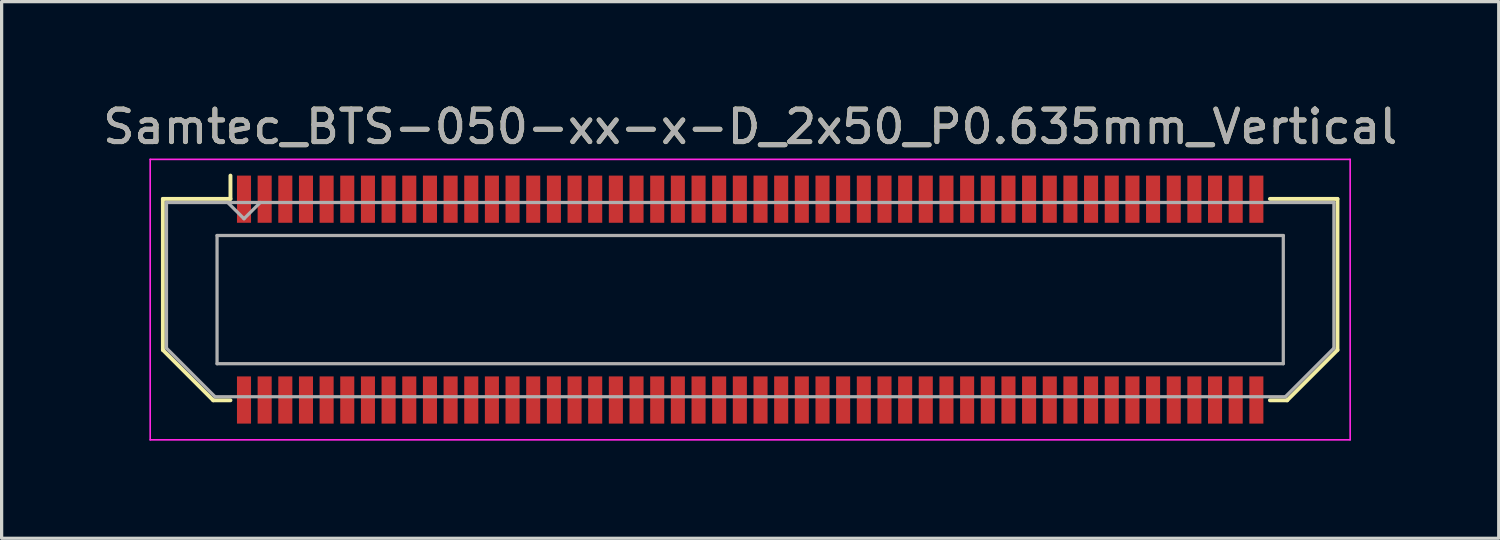
<source format=kicad_pcb>
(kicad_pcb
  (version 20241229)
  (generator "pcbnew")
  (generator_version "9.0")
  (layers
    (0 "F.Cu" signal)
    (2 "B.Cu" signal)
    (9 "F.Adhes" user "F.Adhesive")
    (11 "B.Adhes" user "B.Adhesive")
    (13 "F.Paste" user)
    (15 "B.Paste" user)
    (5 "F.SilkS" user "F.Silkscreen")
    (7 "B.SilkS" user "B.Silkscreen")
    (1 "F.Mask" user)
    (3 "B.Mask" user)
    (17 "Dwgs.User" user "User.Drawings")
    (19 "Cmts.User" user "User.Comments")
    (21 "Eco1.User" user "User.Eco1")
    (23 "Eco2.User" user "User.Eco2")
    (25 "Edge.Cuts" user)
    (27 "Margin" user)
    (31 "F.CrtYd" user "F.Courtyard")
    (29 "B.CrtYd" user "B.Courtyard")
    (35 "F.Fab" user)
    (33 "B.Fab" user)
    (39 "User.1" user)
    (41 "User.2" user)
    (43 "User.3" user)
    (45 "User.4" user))
  (footprint "Samtec_BTS-050-xx-x-D_2x50_P0.635mm_Vertical"
    (layer "F.Cu")
    (at 20.006 6.158)
    (property "Reference" "Samtec_BTS-050-xx-x-D_2x50_P0.635mm_Vertical" (at 0 -5.31 0) (layer "F.SilkS") (effects (font (size 1 1) (thickness 0.15))))
    (attr smd)
    (fp_line (start -18.05 -3.095) (end -18.05 1.548) (stroke (width 0.12) (type solid)) (layer "F.SilkS"))
    (fp_line (start -18.05 1.548) (end -16.503 3.095) (stroke (width 0.12) (type solid)) (layer "F.SilkS"))
    (fp_line (start -16.503 3.095) (end -15.973 3.095) (stroke (width 0.12) (type solid)) (layer "F.SilkS"))
    (fp_line (start -15.973 -3.811) (end -15.973 -3.095) (stroke (width 0.12) (type solid)) (layer "F.SilkS"))
    (fp_line (start -15.973 -3.095) (end -18.05 -3.095) (stroke (width 0.12) (type solid)) (layer "F.SilkS"))
    (fp_line (start 15.973 -3.095) (end 18.05 -3.095) (stroke (width 0.12) (type solid)) (layer "F.SilkS"))
    (fp_line (start 16.503 3.095) (end 15.973 3.095) (stroke (width 0.12) (type solid)) (layer "F.SilkS"))
    (fp_line (start 18.05 -3.095) (end 18.05 1.548) (stroke (width 0.12) (type solid)) (layer "F.SilkS"))
    (fp_line (start 18.05 1.548) (end 16.503 3.095) (stroke (width 0.12) (type solid)) (layer "F.SilkS"))
    (fp_line (start -18.44 -4.31) (end -18.44 4.31) (stroke (width 0.05) (type solid)) (layer "F.CrtYd"))
    (fp_line (start -18.44 4.31) (end 18.44 4.31) (stroke (width 0.05) (type solid)) (layer "F.CrtYd"))
    (fp_line (start 18.44 -4.31) (end -18.44 -4.31) (stroke (width 0.05) (type solid)) (layer "F.CrtYd"))
    (fp_line (start 18.44 4.31) (end 18.44 -4.31) (stroke (width 0.05) (type solid)) (layer "F.CrtYd"))
    (fp_line (start -17.94 -2.985) (end -17.94 1.492) (stroke (width 0.1) (type solid)) (layer "F.Fab"))
    (fp_line (start -17.94 -2.985) (end 17.94 -2.985) (stroke (width 0.1) (type solid)) (layer "F.Fab"))
    (fp_line (start -17.94 1.492) (end -16.448 2.985) (stroke (width 0.1) (type solid)) (layer "F.Fab"))
    (fp_line (start -16.448 2.985) (end 16.448 2.985) (stroke (width 0.1) (type solid)) (layer "F.Fab"))
    (fp_line (start -16.385 -1.97) (end -16.385 1.97) (stroke (width 0.1) (type solid)) (layer "F.Fab"))
    (fp_line (start -16.385 1.97) (end 16.385 1.97) (stroke (width 0.1) (type solid)) (layer "F.Fab"))
    (fp_line (start -15.557 -2.485) (end -16.058 -2.985) (stroke (width 0.1) (type solid)) (layer "F.Fab"))
    (fp_line (start -15.057 -2.985) (end -15.557 -2.485) (stroke (width 0.1) (type solid)) (layer "F.Fab"))
    (fp_line (start 16.385 -1.97) (end -16.385 -1.97) (stroke (width 0.1) (type solid)) (layer "F.Fab"))
    (fp_line (start 16.385 1.97) (end 16.385 -1.97) (stroke (width 0.1) (type solid)) (layer "F.Fab"))
    (fp_line (start 17.94 -2.985) (end 17.94 1.492) (stroke (width 0.1) (type solid)) (layer "F.Fab"))
    (fp_line (start 17.94 1.492) (end 16.448 2.985) (stroke (width 0.1) (type solid)) (layer "F.Fab"))
    (fp_text user "${REFERENCE}" (at 0 -5.31 0) (layer "F.Fab") (effects (font (size 1 1) (thickness 0.15))))
    (pad "1" smd rect (at -15.557 -3.086) (size 0.432 1.45) (layers "F.Cu" "F.Mask" "F.Paste"))
    (pad "2" smd rect (at -15.557 3.086) (size 0.432 1.45) (layers "F.Cu" "F.Mask" "F.Paste"))
    (pad "3" smd rect (at -14.922 -3.086) (size 0.432 1.45) (layers "F.Cu" "F.Mask" "F.Paste"))
    (pad "4" smd rect (at -14.922 3.086) (size 0.432 1.45) (layers "F.Cu" "F.Mask" "F.Paste"))
    (pad "5" smd rect (at -14.287 -3.086) (size 0.432 1.45) (layers "F.Cu" "F.Mask" "F.Paste"))
    (pad "6" smd rect (at -14.287 3.086) (size 0.432 1.45) (layers "F.Cu" "F.Mask" "F.Paste"))
    (pad "7" smd rect (at -13.652 -3.086) (size 0.432 1.45) (layers "F.Cu" "F.Mask" "F.Paste"))
    (pad "8" smd rect (at -13.652 3.086) (size 0.432 1.45) (layers "F.Cu" "F.Mask" "F.Paste"))
    (pad "9" smd rect (at -13.018 -3.086) (size 0.432 1.45) (layers "F.Cu" "F.Mask" "F.Paste"))
    (pad "10" smd rect (at -13.018 3.086) (size 0.432 1.45) (layers "F.Cu" "F.Mask" "F.Paste"))
    (pad "11" smd rect (at -12.383 -3.086) (size 0.432 1.45) (layers "F.Cu" "F.Mask" "F.Paste"))
    (pad "12" smd rect (at -12.383 3.086) (size 0.432 1.45) (layers "F.Cu" "F.Mask" "F.Paste"))
    (pad "13" smd rect (at -11.748 -3.086) (size 0.432 1.45) (layers "F.Cu" "F.Mask" "F.Paste"))
    (pad "14" smd rect (at -11.748 3.086) (size 0.432 1.45) (layers "F.Cu" "F.Mask" "F.Paste"))
    (pad "15" smd rect (at -11.113 -3.086) (size 0.432 1.45) (layers "F.Cu" "F.Mask" "F.Paste"))
    (pad "16" smd rect (at -11.113 3.086) (size 0.432 1.45) (layers "F.Cu" "F.Mask" "F.Paste"))
    (pad "17" smd rect (at -10.477 -3.086) (size 0.432 1.45) (layers "F.Cu" "F.Mask" "F.Paste"))
    (pad "18" smd rect (at -10.477 3.086) (size 0.432 1.45) (layers "F.Cu" "F.Mask" "F.Paste"))
    (pad "19" smd rect (at -9.842 -3.086) (size 0.432 1.45) (layers "F.Cu" "F.Mask" "F.Paste"))
    (pad "20" smd rect (at -9.842 3.086) (size 0.432 1.45) (layers "F.Cu" "F.Mask" "F.Paste"))
    (pad "21" smd rect (at -9.207 -3.086) (size 0.432 1.45) (layers "F.Cu" "F.Mask" "F.Paste"))
    (pad "22" smd rect (at -9.207 3.086) (size 0.432 1.45) (layers "F.Cu" "F.Mask" "F.Paste"))
    (pad "23" smd rect (at -8.572 -3.086) (size 0.432 1.45) (layers "F.Cu" "F.Mask" "F.Paste"))
    (pad "24" smd rect (at -8.572 3.086) (size 0.432 1.45) (layers "F.Cu" "F.Mask" "F.Paste"))
    (pad "25" smd rect (at -7.938 -3.086) (size 0.432 1.45) (layers "F.Cu" "F.Mask" "F.Paste"))
    (pad "26" smd rect (at -7.938 3.086) (size 0.432 1.45) (layers "F.Cu" "F.Mask" "F.Paste"))
    (pad "27" smd rect (at -7.303 -3.086) (size 0.432 1.45) (layers "F.Cu" "F.Mask" "F.Paste"))
    (pad "28" smd rect (at -7.303 3.086) (size 0.432 1.45) (layers "F.Cu" "F.Mask" "F.Paste"))
    (pad "29" smd rect (at -6.668 -3.086) (size 0.432 1.45) (layers "F.Cu" "F.Mask" "F.Paste"))
    (pad "30" smd rect (at -6.668 3.086) (size 0.432 1.45) (layers "F.Cu" "F.Mask" "F.Paste"))
    (pad "31" smd rect (at -6.032 -3.086) (size 0.432 1.45) (layers "F.Cu" "F.Mask" "F.Paste"))
    (pad "32" smd rect (at -6.032 3.086) (size 0.432 1.45) (layers "F.Cu" "F.Mask" "F.Paste"))
    (pad "33" smd rect (at -5.397 -3.086) (size 0.432 1.45) (layers "F.Cu" "F.Mask" "F.Paste"))
    (pad "34" smd rect (at -5.397 3.086) (size 0.432 1.45) (layers "F.Cu" "F.Mask" "F.Paste"))
    (pad "35" smd rect (at -4.763 -3.086) (size 0.432 1.45) (layers "F.Cu" "F.Mask" "F.Paste"))
    (pad "36" smd rect (at -4.763 3.086) (size 0.432 1.45) (layers "F.Cu" "F.Mask" "F.Paste"))
    (pad "37" smd rect (at -4.128 -3.086) (size 0.432 1.45) (layers "F.Cu" "F.Mask" "F.Paste"))
    (pad "38" smd rect (at -4.128 3.086) (size 0.432 1.45) (layers "F.Cu" "F.Mask" "F.Paste"))
    (pad "39" smd rect (at -3.493 -3.086) (size 0.432 1.45) (layers "F.Cu" "F.Mask" "F.Paste"))
    (pad "40" smd rect (at -3.493 3.086) (size 0.432 1.45) (layers "F.Cu" "F.Mask" "F.Paste"))
    (pad "41" smd rect (at -2.857 -3.086) (size 0.432 1.45) (layers "F.Cu" "F.Mask" "F.Paste"))
    (pad "42" smd rect (at -2.857 3.086) (size 0.432 1.45) (layers "F.Cu" "F.Mask" "F.Paste"))
    (pad "43" smd rect (at -2.223 -3.086) (size 0.432 1.45) (layers "F.Cu" "F.Mask" "F.Paste"))
    (pad "44" smd rect (at -2.223 3.086) (size 0.432 1.45) (layers "F.Cu" "F.Mask" "F.Paste"))
    (pad "45" smd rect (at -1.587 -3.086) (size 0.432 1.45) (layers "F.Cu" "F.Mask" "F.Paste"))
    (pad "46" smd rect (at -1.587 3.086) (size 0.432 1.45) (layers "F.Cu" "F.Mask" "F.Paste"))
    (pad "47" smd rect (at -0.953 -3.086) (size 0.432 1.45) (layers "F.Cu" "F.Mask" "F.Paste"))
    (pad "48" smd rect (at -0.953 3.086) (size 0.432 1.45) (layers "F.Cu" "F.Mask" "F.Paste"))
    (pad "49" smd rect (at -0.318 -3.086) (size 0.432 1.45) (layers "F.Cu" "F.Mask" "F.Paste"))
    (pad "50" smd rect (at -0.318 3.086) (size 0.432 1.45) (layers "F.Cu" "F.Mask" "F.Paste"))
    (pad "51" smd rect (at 0.318 -3.086) (size 0.432 1.45) (layers "F.Cu" "F.Mask" "F.Paste"))
    (pad "52" smd rect (at 0.318 3.086) (size 0.432 1.45) (layers "F.Cu" "F.Mask" "F.Paste"))
    (pad "53" smd rect (at 0.953 -3.086) (size 0.432 1.45) (layers "F.Cu" "F.Mask" "F.Paste"))
    (pad "54" smd rect (at 0.953 3.086) (size 0.432 1.45) (layers "F.Cu" "F.Mask" "F.Paste"))
    (pad "55" smd rect (at 1.587 -3.086) (size 0.432 1.45) (layers "F.Cu" "F.Mask" "F.Paste"))
    (pad "56" smd rect (at 1.587 3.086) (size 0.432 1.45) (layers "F.Cu" "F.Mask" "F.Paste"))
    (pad "57" smd rect (at 2.223 -3.086) (size 0.432 1.45) (layers "F.Cu" "F.Mask" "F.Paste"))
    (pad "58" smd rect (at 2.223 3.086) (size 0.432 1.45) (layers "F.Cu" "F.Mask" "F.Paste"))
    (pad "59" smd rect (at 2.857 -3.086) (size 0.432 1.45) (layers "F.Cu" "F.Mask" "F.Paste"))
    (pad "60" smd rect (at 2.857 3.086) (size 0.432 1.45) (layers "F.Cu" "F.Mask" "F.Paste"))
    (pad "61" smd rect (at 3.493 -3.086) (size 0.432 1.45) (layers "F.Cu" "F.Mask" "F.Paste"))
    (pad "62" smd rect (at 3.493 3.086) (size 0.432 1.45) (layers "F.Cu" "F.Mask" "F.Paste"))
    (pad "63" smd rect (at 4.128 -3.086) (size 0.432 1.45) (layers "F.Cu" "F.Mask" "F.Paste"))
    (pad "64" smd rect (at 4.128 3.086) (size 0.432 1.45) (layers "F.Cu" "F.Mask" "F.Paste"))
    (pad "65" smd rect (at 4.763 -3.086) (size 0.432 1.45) (layers "F.Cu" "F.Mask" "F.Paste"))
    (pad "66" smd rect (at 4.763 3.086) (size 0.432 1.45) (layers "F.Cu" "F.Mask" "F.Paste"))
    (pad "67" smd rect (at 5.397 -3.086) (size 0.432 1.45) (layers "F.Cu" "F.Mask" "F.Paste"))
    (pad "68" smd rect (at 5.397 3.086) (size 0.432 1.45) (layers "F.Cu" "F.Mask" "F.Paste"))
    (pad "69" smd rect (at 6.032 -3.086) (size 0.432 1.45) (layers "F.Cu" "F.Mask" "F.Paste"))
    (pad "70" smd rect (at 6.032 3.086) (size 0.432 1.45) (layers "F.Cu" "F.Mask" "F.Paste"))
    (pad "71" smd rect (at 6.668 -3.086) (size 0.432 1.45) (layers "F.Cu" "F.Mask" "F.Paste"))
    (pad "72" smd rect (at 6.668 3.086) (size 0.432 1.45) (layers "F.Cu" "F.Mask" "F.Paste"))
    (pad "73" smd rect (at 7.303 -3.086) (size 0.432 1.45) (layers "F.Cu" "F.Mask" "F.Paste"))
    (pad "74" smd rect (at 7.303 3.086) (size 0.432 1.45) (layers "F.Cu" "F.Mask" "F.Paste"))
    (pad "75" smd rect (at 7.938 -3.086) (size 0.432 1.45) (layers "F.Cu" "F.Mask" "F.Paste"))
    (pad "76" smd rect (at 7.938 3.086) (size 0.432 1.45) (layers "F.Cu" "F.Mask" "F.Paste"))
    (pad "77" smd rect (at 8.572 -3.086) (size 0.432 1.45) (layers "F.Cu" "F.Mask" "F.Paste"))
    (pad "78" smd rect (at 8.572 3.086) (size 0.432 1.45) (layers "F.Cu" "F.Mask" "F.Paste"))
    (pad "79" smd rect (at 9.207 -3.086) (size 0.432 1.45) (layers "F.Cu" "F.Mask" "F.Paste"))
    (pad "80" smd rect (at 9.207 3.086) (size 0.432 1.45) (layers "F.Cu" "F.Mask" "F.Paste"))
    (pad "81" smd rect (at 9.842 -3.086) (size 0.432 1.45) (layers "F.Cu" "F.Mask" "F.Paste"))
    (pad "82" smd rect (at 9.842 3.086) (size 0.432 1.45) (layers "F.Cu" "F.Mask" "F.Paste"))
    (pad "83" smd rect (at 10.477 -3.086) (size 0.432 1.45) (layers "F.Cu" "F.Mask" "F.Paste"))
    (pad "84" smd rect (at 10.477 3.086) (size 0.432 1.45) (layers "F.Cu" "F.Mask" "F.Paste"))
    (pad "85" smd rect (at 11.113 -3.086) (size 0.432 1.45) (layers "F.Cu" "F.Mask" "F.Paste"))
    (pad "86" smd rect (at 11.113 3.086) (size 0.432 1.45) (layers "F.Cu" "F.Mask" "F.Paste"))
    (pad "87" smd rect (at 11.748 -3.086) (size 0.432 1.45) (layers "F.Cu" "F.Mask" "F.Paste"))
    (pad "88" smd rect (at 11.748 3.086) (size 0.432 1.45) (layers "F.Cu" "F.Mask" "F.Paste"))
    (pad "89" smd rect (at 12.383 -3.086) (size 0.432 1.45) (layers "F.Cu" "F.Mask" "F.Paste"))
    (pad "90" smd rect (at 12.383 3.086) (size 0.432 1.45) (layers "F.Cu" "F.Mask" "F.Paste"))
    (pad "91" smd rect (at 13.018 -3.086) (size 0.432 1.45) (layers "F.Cu" "F.Mask" "F.Paste"))
    (pad "92" smd rect (at 13.018 3.086) (size 0.432 1.45) (layers "F.Cu" "F.Mask" "F.Paste"))
    (pad "93" smd rect (at 13.652 -3.086) (size 0.432 1.45) (layers "F.Cu" "F.Mask" "F.Paste"))
    (pad "94" smd rect (at 13.652 3.086) (size 0.432 1.45) (layers "F.Cu" "F.Mask" "F.Paste"))
    (pad "95" smd rect (at 14.287 -3.086) (size 0.432 1.45) (layers "F.Cu" "F.Mask" "F.Paste"))
    (pad "96" smd rect (at 14.287 3.086) (size 0.432 1.45) (layers "F.Cu" "F.Mask" "F.Paste"))
    (pad "97" smd rect (at 14.922 -3.086) (size 0.432 1.45) (layers "F.Cu" "F.Mask" "F.Paste"))
    (pad "98" smd rect (at 14.922 3.086) (size 0.432 1.45) (layers "F.Cu" "F.Mask" "F.Paste"))
    (pad "99" smd rect (at 15.557 -3.086) (size 0.432 1.45) (layers "F.Cu" "F.Mask" "F.Paste"))
    (pad "100" smd rect (at 15.557 3.086) (size 0.432 1.45) (layers "F.Cu" "F.Mask" "F.Paste")))
  (gr_rect
    (start -3 -3)
    (end 43.012 13.493)
    (stroke (width 0.1) (type default))
    (fill no)
    (layer "Edge.Cuts")))
</source>
